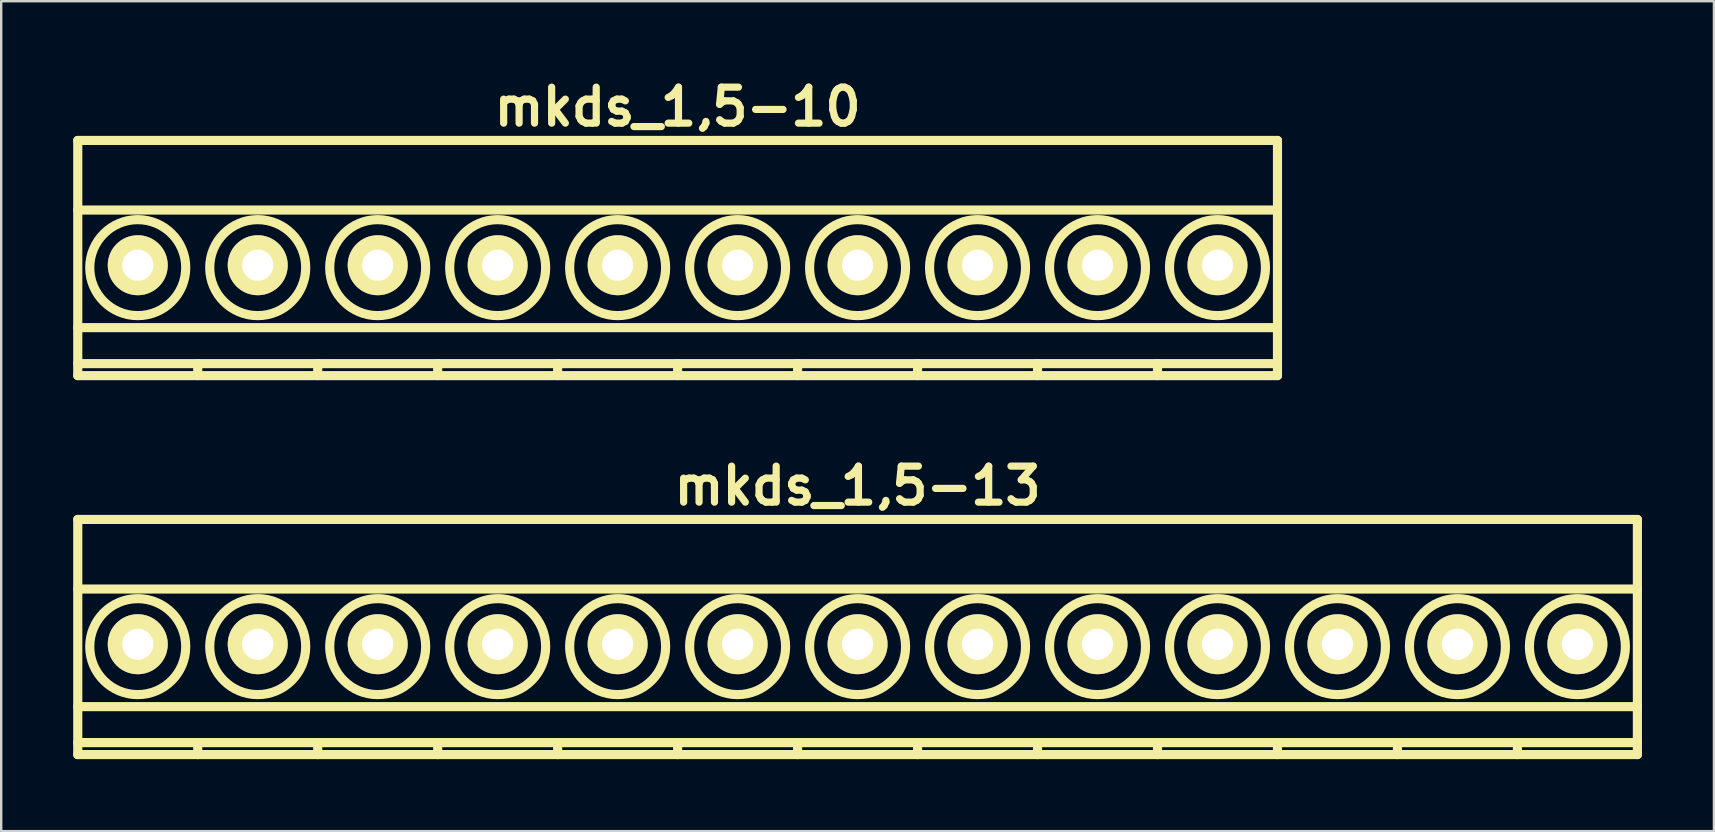
<source format=kicad_pcb>
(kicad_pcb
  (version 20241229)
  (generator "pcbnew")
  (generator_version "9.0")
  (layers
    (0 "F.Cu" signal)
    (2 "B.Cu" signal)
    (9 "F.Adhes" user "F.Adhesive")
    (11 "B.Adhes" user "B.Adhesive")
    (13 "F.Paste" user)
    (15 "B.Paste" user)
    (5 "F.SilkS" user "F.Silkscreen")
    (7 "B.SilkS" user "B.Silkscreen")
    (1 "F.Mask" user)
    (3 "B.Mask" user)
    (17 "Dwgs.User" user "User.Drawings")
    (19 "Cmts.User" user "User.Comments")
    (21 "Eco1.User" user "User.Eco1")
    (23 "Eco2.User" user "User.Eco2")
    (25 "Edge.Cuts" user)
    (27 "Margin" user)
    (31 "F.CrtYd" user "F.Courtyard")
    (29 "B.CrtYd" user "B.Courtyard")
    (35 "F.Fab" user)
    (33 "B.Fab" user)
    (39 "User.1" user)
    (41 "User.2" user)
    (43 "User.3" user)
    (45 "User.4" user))
  (footprint "mkds_1,5-13"
    (layer "F.Cu")
    (at 32.691 23.799)
    (property "Reference" "mkds_1,5-13" (at 0 -6.6 0) (layer "F.SilkS") (effects (font (size 1.5 1.5) (thickness 0.3))))
    (attr through_hole)
    (fp_line (start -32.5 -5.2) (end -32.5 4.6) (stroke (width 0.381) (type solid)) (layer "F.SilkS"))
    (fp_line (start -32.5 -2.3) (end 32.5 -2.3) (stroke (width 0.381) (type solid)) (layer "F.SilkS"))
    (fp_line (start -32.5 2.6) (end 32.5 2.6) (stroke (width 0.381) (type solid)) (layer "F.SilkS"))
    (fp_line (start -32.5 4.1) (end 32.5 4.1) (stroke (width 0.381) (type solid)) (layer "F.SilkS"))
    (fp_line (start -32.5 4.6) (end 32.5 4.6) (stroke (width 0.381) (type solid)) (layer "F.SilkS"))
    (fp_line (start -27.5 4.1) (end -27.5 4.6) (stroke (width 0.381) (type solid)) (layer "F.SilkS"))
    (fp_line (start -22.5 4.1) (end -22.5 4.6) (stroke (width 0.381) (type solid)) (layer "F.SilkS"))
    (fp_line (start -17.5 4.1) (end -17.5 4.6) (stroke (width 0.381) (type solid)) (layer "F.SilkS"))
    (fp_line (start -12.5 4.1) (end -12.5 4.6) (stroke (width 0.381) (type solid)) (layer "F.SilkS"))
    (fp_line (start -7.5 4.1) (end -7.5 4.6) (stroke (width 0.381) (type solid)) (layer "F.SilkS"))
    (fp_line (start -2.5 4.1) (end -2.5 4.6) (stroke (width 0.381) (type solid)) (layer "F.SilkS"))
    (fp_line (start 2.5 4.1) (end 2.5 4.6) (stroke (width 0.381) (type solid)) (layer "F.SilkS"))
    (fp_line (start 7.5 4.1) (end 7.5 4.6) (stroke (width 0.381) (type solid)) (layer "F.SilkS"))
    (fp_line (start 12.5 4.1) (end 12.5 4.6) (stroke (width 0.381) (type solid)) (layer "F.SilkS"))
    (fp_line (start 17.5 4.1) (end 17.5 4.6) (stroke (width 0.381) (type solid)) (layer "F.SilkS"))
    (fp_line (start 22.5 4.1) (end 22.5 4.6) (stroke (width 0.381) (type solid)) (layer "F.SilkS"))
    (fp_line (start 27.5 4.1) (end 27.5 4.6) (stroke (width 0.381) (type solid)) (layer "F.SilkS"))
    (fp_line (start 32.5 -5.2) (end -32.5 -5.2) (stroke (width 0.381) (type solid)) (layer "F.SilkS"))
    (fp_line (start 32.5 4.6) (end 32.5 -5.2) (stroke (width 0.381) (type solid)) (layer "F.SilkS"))
    (fp_circle (center -30 0.1) (end -28 0.1) (stroke (width 0.381) (type solid)) (fill no) (layer "F.SilkS"))
    (fp_circle (center -25 0.1) (end -27 0.1) (stroke (width 0.381) (type solid)) (fill no) (layer "F.SilkS"))
    (fp_circle (center -20 0.1) (end -22 0.1) (stroke (width 0.381) (type solid)) (fill no) (layer "F.SilkS"))
    (fp_circle (center -15 0.1) (end -17 0.1) (stroke (width 0.381) (type solid)) (fill no) (layer "F.SilkS"))
    (fp_circle (center -10 0.1) (end -12 0.1) (stroke (width 0.381) (type solid)) (fill no) (layer "F.SilkS"))
    (fp_circle (center -5 0.1) (end -7 0.1) (stroke (width 0.381) (type solid)) (fill no) (layer "F.SilkS"))
    (fp_circle (center 0 0.1) (end -2 0.1) (stroke (width 0.381) (type solid)) (fill no) (layer "F.SilkS"))
    (fp_circle (center 5 0.1) (end 3 0.1) (stroke (width 0.381) (type solid)) (fill no) (layer "F.SilkS"))
    (fp_circle (center 10 0.1) (end 8 0.1) (stroke (width 0.381) (type solid)) (fill no) (layer "F.SilkS"))
    (fp_circle (center 15 0.1) (end 13 0.1) (stroke (width 0.381) (type solid)) (fill no) (layer "F.SilkS"))
    (fp_circle (center 20 0.1) (end 18 0.1) (stroke (width 0.381) (type solid)) (fill no) (layer "F.SilkS"))
    (fp_circle (center 25 0.1) (end 23 0.1) (stroke (width 0.381) (type solid)) (fill no) (layer "F.SilkS"))
    (fp_circle (center 30 0.1) (end 28 0.1) (stroke (width 0.381) (type solid)) (fill no) (layer "F.SilkS"))
    (pad "1" thru_hole circle (at -30 0) (size 2.5 2.5) (drill 1.3) (layers "*.Cu" "*.Mask" "F.SilkS"))
    (pad "2" thru_hole circle (at -25 0) (size 2.5 2.5) (drill 1.3) (layers "*.Cu" "*.Mask" "F.SilkS"))
    (pad "3" thru_hole circle (at -20 0) (size 2.5 2.5) (drill 1.3) (layers "*.Cu" "*.Mask" "F.SilkS"))
    (pad "4" thru_hole circle (at -15 0) (size 2.5 2.5) (drill 1.3) (layers "*.Cu" "*.Mask" "F.SilkS"))
    (pad "5" thru_hole circle (at -10 0) (size 2.5 2.5) (drill 1.3) (layers "*.Cu" "*.Mask" "F.SilkS"))
    (pad "6" thru_hole circle (at -5 0) (size 2.5 2.5) (drill 1.3) (layers "*.Cu" "*.Mask" "F.SilkS"))
    (pad "7" thru_hole circle (at 0 0) (size 2.5 2.5) (drill 1.3) (layers "*.Cu" "*.Mask" "F.SilkS"))
    (pad "8" thru_hole circle (at 5 0) (size 2.5 2.5) (drill 1.3) (layers "*.Cu" "*.Mask" "F.SilkS"))
    (pad "9" thru_hole circle (at 10 0) (size 2.5 2.5) (drill 1.3) (layers "*.Cu" "*.Mask" "F.SilkS"))
    (pad "10" thru_hole circle (at 15 0) (size 2.5 2.5) (drill 1.3) (layers "*.Cu" "*.Mask" "F.SilkS"))
    (pad "11" thru_hole circle (at 20 0) (size 2.5 2.5) (drill 1.3) (layers "*.Cu" "*.Mask" "F.SilkS"))
    (pad "12" thru_hole circle (at 25 0) (size 2.5 2.5) (drill 1.3) (layers "*.Cu" "*.Mask" "F.SilkS"))
    (pad "13" thru_hole circle (at 30 0) (size 2.5 2.5) (drill 1.3) (layers "*.Cu" "*.Mask" "F.SilkS")))
  (footprint "mkds_1,5-10"
    (layer "F.Cu")
    (at 25.191 8.004)
    (property "Reference" "mkds_1,5-10" (at 0 -6.6 0) (layer "F.SilkS") (effects (font (size 1.5 1.5) (thickness 0.3))))
    (attr through_hole)
    (fp_line (start -25 -5.2) (end -25 4.6) (stroke (width 0.381) (type solid)) (layer "F.SilkS"))
    (fp_line (start -25 -2.3) (end 25 -2.3) (stroke (width 0.381) (type solid)) (layer "F.SilkS"))
    (fp_line (start -25 2.6) (end 25 2.6) (stroke (width 0.381) (type solid)) (layer "F.SilkS"))
    (fp_line (start -25 4.1) (end 25 4.1) (stroke (width 0.381) (type solid)) (layer "F.SilkS"))
    (fp_line (start -25 4.6) (end 25 4.6) (stroke (width 0.381) (type solid)) (layer "F.SilkS"))
    (fp_line (start -20 4.1) (end -20 4.6) (stroke (width 0.381) (type solid)) (layer "F.SilkS"))
    (fp_line (start -15 4.1) (end -15 4.6) (stroke (width 0.381) (type solid)) (layer "F.SilkS"))
    (fp_line (start -10 4.1) (end -10 4.6) (stroke (width 0.381) (type solid)) (layer "F.SilkS"))
    (fp_line (start -5 4.1) (end -5 4.6) (stroke (width 0.381) (type solid)) (layer "F.SilkS"))
    (fp_line (start 0 4.1) (end 0 4.6) (stroke (width 0.381) (type solid)) (layer "F.SilkS"))
    (fp_line (start 5 4.1) (end 5 4.6) (stroke (width 0.381) (type solid)) (layer "F.SilkS"))
    (fp_line (start 10 4.1) (end 10 4.6) (stroke (width 0.381) (type solid)) (layer "F.SilkS"))
    (fp_line (start 15 4.1) (end 15 4.6) (stroke (width 0.381) (type solid)) (layer "F.SilkS"))
    (fp_line (start 20 4.1) (end 20 4.6) (stroke (width 0.381) (type solid)) (layer "F.SilkS"))
    (fp_line (start 25 -5.2) (end -25 -5.2) (stroke (width 0.381) (type solid)) (layer "F.SilkS"))
    (fp_line (start 25 4.6) (end 25 -5.2) (stroke (width 0.381) (type solid)) (layer "F.SilkS"))
    (fp_circle (center -22.5 0.1) (end -20.5 0.1) (stroke (width 0.381) (type solid)) (fill no) (layer "F.SilkS"))
    (fp_circle (center -17.5 0.1) (end -19.5 0.1) (stroke (width 0.381) (type solid)) (fill no) (layer "F.SilkS"))
    (fp_circle (center -12.5 0.1) (end -14.5 0.1) (stroke (width 0.381) (type solid)) (fill no) (layer "F.SilkS"))
    (fp_circle (center -7.5 0.1) (end -9.5 0.1) (stroke (width 0.381) (type solid)) (fill no) (layer "F.SilkS"))
    (fp_circle (center -2.5 0.1) (end -4.5 0.1) (stroke (width 0.381) (type solid)) (fill no) (layer "F.SilkS"))
    (fp_circle (center 2.5 0.1) (end 0.5 0.1) (stroke (width 0.381) (type solid)) (fill no) (layer "F.SilkS"))
    (fp_circle (center 7.5 0.1) (end 5.5 0.1) (stroke (width 0.381) (type solid)) (fill no) (layer "F.SilkS"))
    (fp_circle (center 12.5 0.1) (end 10.5 0.1) (stroke (width 0.381) (type solid)) (fill no) (layer "F.SilkS"))
    (fp_circle (center 17.5 0.1) (end 15.5 0.1) (stroke (width 0.381) (type solid)) (fill no) (layer "F.SilkS"))
    (fp_circle (center 22.5 0.1) (end 20.5 0.1) (stroke (width 0.381) (type solid)) (fill no) (layer "F.SilkS"))
    (pad "1" thru_hole circle (at -22.5 0) (size 2.5 2.5) (drill 1.3) (layers "*.Cu" "*.Mask" "F.SilkS"))
    (pad "2" thru_hole circle (at -17.5 0) (size 2.5 2.5) (drill 1.3) (layers "*.Cu" "*.Mask" "F.SilkS"))
    (pad "3" thru_hole circle (at -12.5 0) (size 2.5 2.5) (drill 1.3) (layers "*.Cu" "*.Mask" "F.SilkS"))
    (pad "4" thru_hole circle (at -7.5 0) (size 2.5 2.5) (drill 1.3) (layers "*.Cu" "*.Mask" "F.SilkS"))
    (pad "5" thru_hole circle (at -2.5 0) (size 2.5 2.5) (drill 1.3) (layers "*.Cu" "*.Mask" "F.SilkS"))
    (pad "6" thru_hole circle (at 2.5 0) (size 2.5 2.5) (drill 1.3) (layers "*.Cu" "*.Mask" "F.SilkS"))
    (pad "7" thru_hole circle (at 7.5 0) (size 2.5 2.5) (drill 1.3) (layers "*.Cu" "*.Mask" "F.SilkS"))
    (pad "8" thru_hole circle (at 12.5 0) (size 2.5 2.5) (drill 1.3) (layers "*.Cu" "*.Mask" "F.SilkS"))
    (pad "9" thru_hole circle (at 17.5 0) (size 2.5 2.5) (drill 1.3) (layers "*.Cu" "*.Mask" "F.SilkS"))
    (pad "10" thru_hole circle (at 22.5 0) (size 2.5 2.5) (drill 1.3) (layers "*.Cu" "*.Mask" "F.SilkS")))
  (gr_rect
    (start -3 -3)
    (end 68.381 31.589)
    (stroke (width 0.1) (type default))
    (fill no)
    (layer "Edge.Cuts")))
</source>
